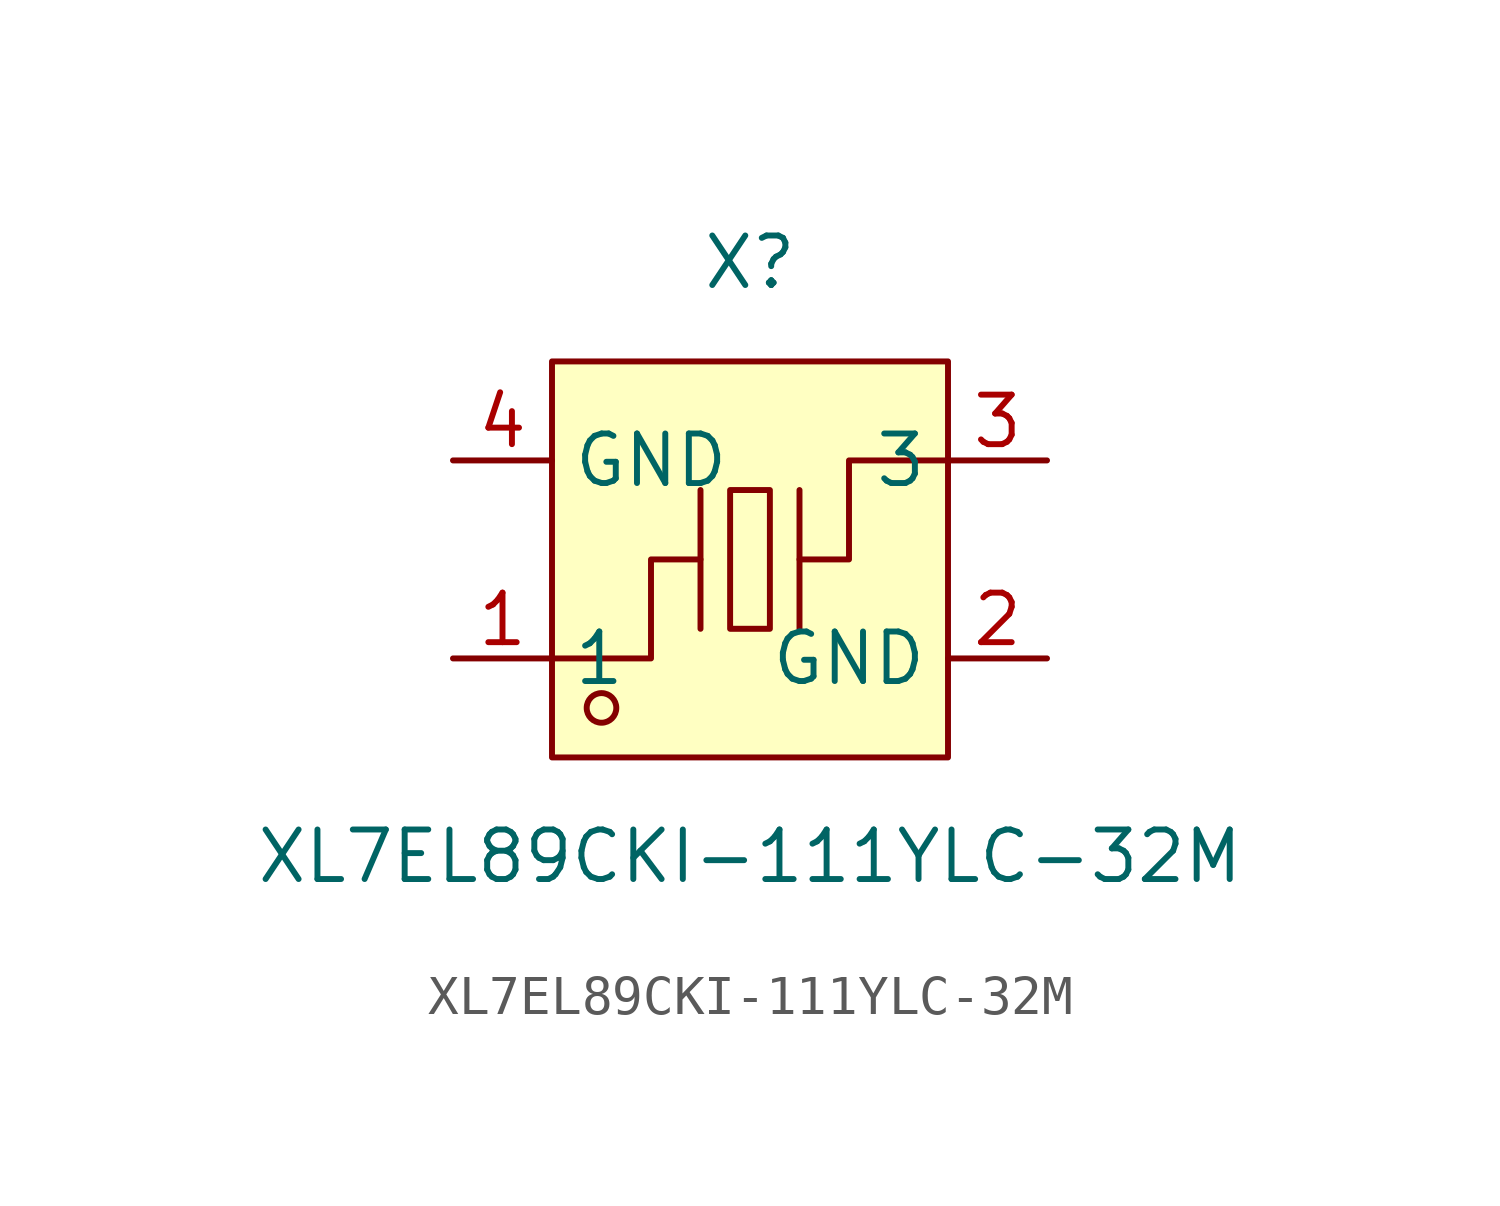
<source format=kicad_sym>
(kicad_symbol_lib
  (version 20211014)
  (generator https://github.com/uPesy/easyeda2kicad.py)
  (symbol "XL7EL89CKI-111YLC-32M"
    (property "Reference" "X"
      (at 0 7.62 0)
      (effects (font (size 1.27 1.27))))
    (property "Value" "XL7EL89CKI-111YLC-32M"
      (at 0 -7.62 0)
      (effects (font (size 1.27 1.27))))
    (symbol "XL7EL89CKI-111YLC-32M_0_1"
      (rectangle (start -5.08 5.08) (end 5.08 -5.08) (stroke (width 0) (type default) (color 0 0 0 0)) (fill (type background)))
      (rectangle (start -0.51 1.78) (end 0.51 -1.78) (stroke (width 0) (type default) (color 0 0 0 0)) (fill (type background)))
      (circle (center -3.81 -3.81) (radius 0.38) (stroke (width 0) (type default) (color 0 0 0 0)) (fill (type none)))
      (polyline (pts (xy -1.27 -1.78) (xy -1.27 1.78)) (stroke (width 0) (type default) (color 0 0 0 0)) (fill (type none)))
      (polyline (pts (xy 1.27 -1.78) (xy 1.27 1.78)) (stroke (width 0) (type default) (color 0 0 0 0)) (fill (type none)))
      (polyline (pts (xy -5.08 -2.54) (xy -2.54 -2.54) (xy -2.54 -0.00) (xy -1.27 -0.00)) (stroke (width 0) (type default) (color 0 0 0 0)) (fill (type none)))
      (polyline (pts (xy 5.08 2.54) (xy 2.54 2.54) (xy 2.54 -0.00) (xy 1.27 -0.00)) (stroke (width 0) (type default) (color 0 0 0 0)) (fill (type none)))
      (pin input line (at -7.62 -2.54 0) (length 2.54) (name "1" (effects (font (size 1.27 1.27)))) (number "1" (effects (font (size 1.27 1.27)))))
      (pin input line (at 7.62 2.54 180) (length 2.54) (name "3" (effects (font (size 1.27 1.27)))) (number "3" (effects (font (size 1.27 1.27)))))
      (pin input line (at -7.62 2.54 0) (length 2.54) (name "GND" (effects (font (size 1.27 1.27)))) (number "4" (effects (font (size 1.27 1.27)))))
      (pin input line (at 7.62 -2.54 180) (length 2.54) (name "GND" (effects (font (size 1.27 1.27)))) (number "2" (effects (font (size 1.27 1.27))))))))
</source>
